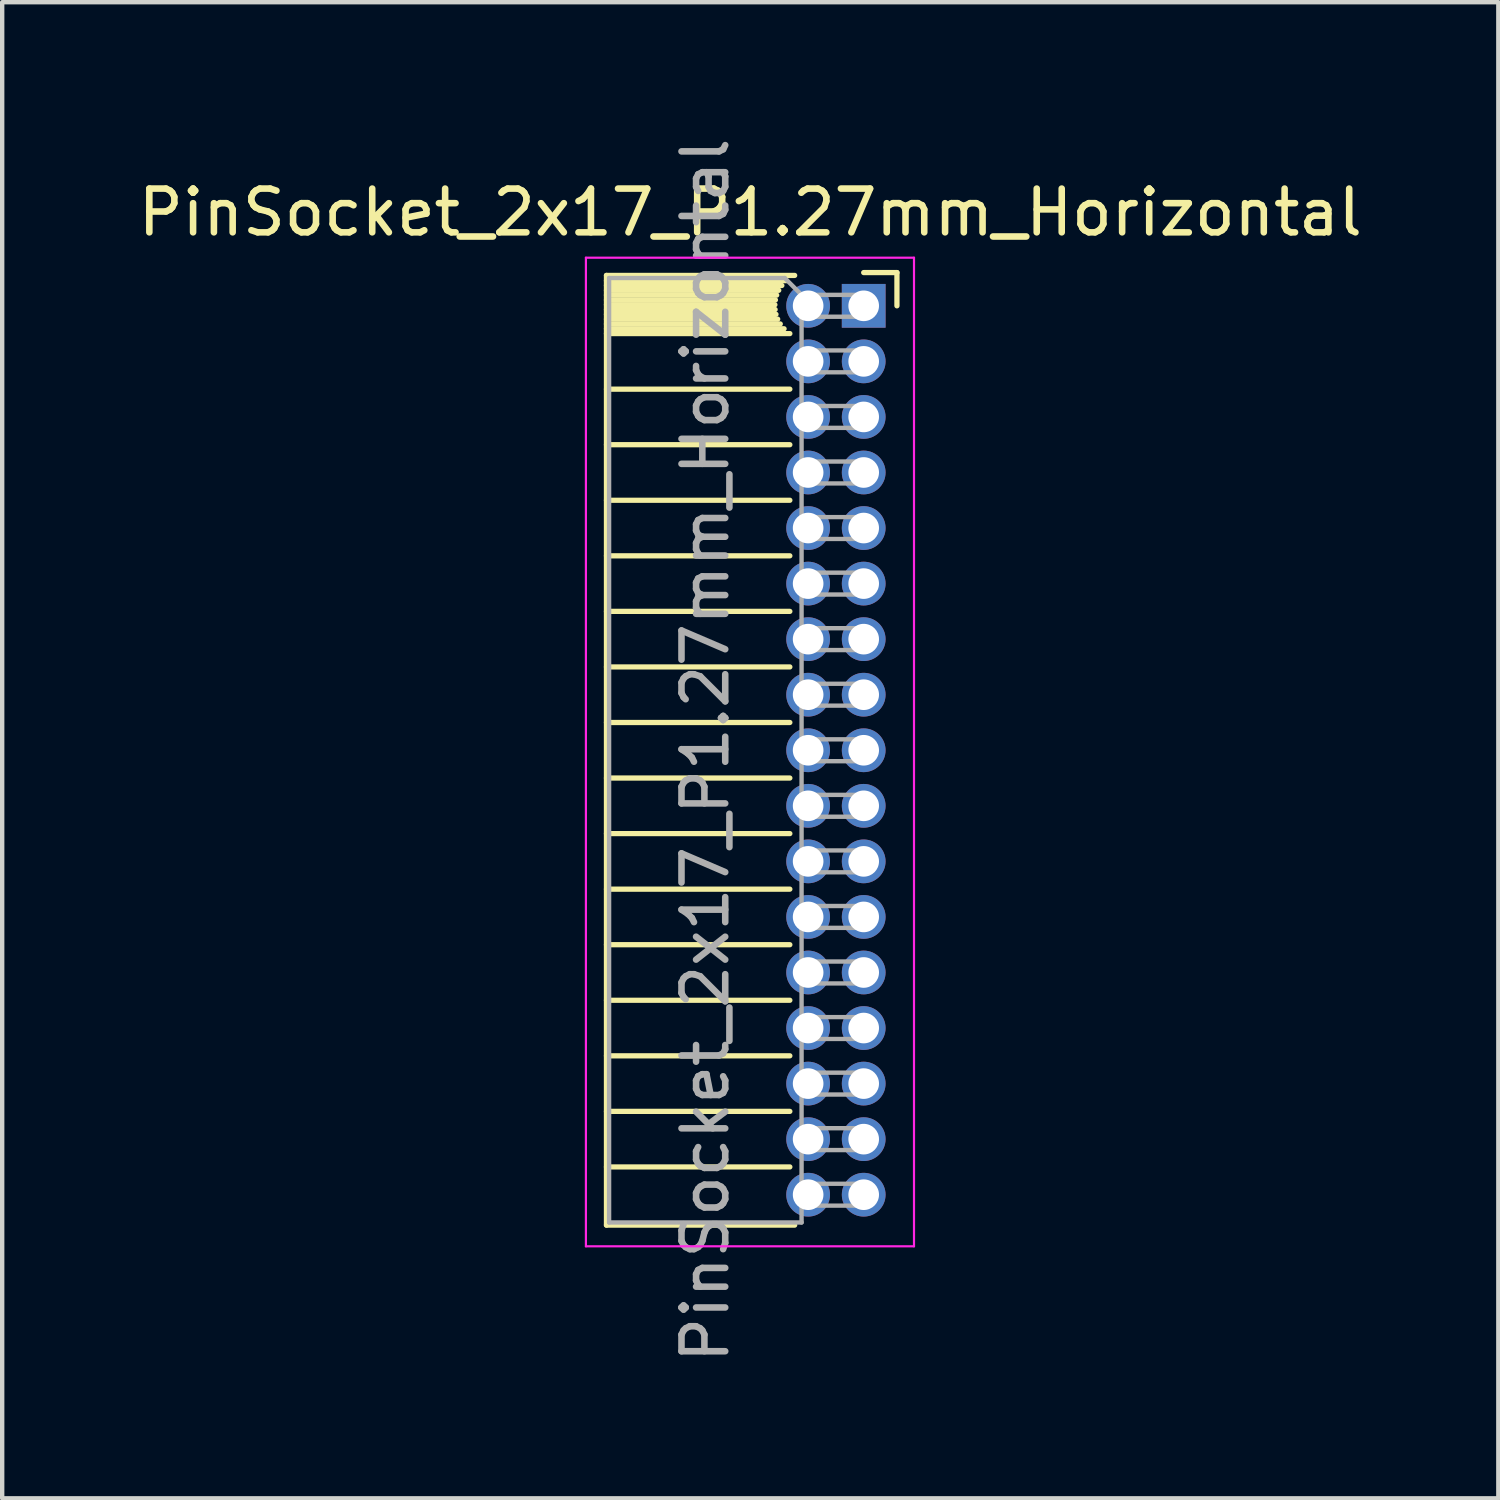
<source format=kicad_pcb>
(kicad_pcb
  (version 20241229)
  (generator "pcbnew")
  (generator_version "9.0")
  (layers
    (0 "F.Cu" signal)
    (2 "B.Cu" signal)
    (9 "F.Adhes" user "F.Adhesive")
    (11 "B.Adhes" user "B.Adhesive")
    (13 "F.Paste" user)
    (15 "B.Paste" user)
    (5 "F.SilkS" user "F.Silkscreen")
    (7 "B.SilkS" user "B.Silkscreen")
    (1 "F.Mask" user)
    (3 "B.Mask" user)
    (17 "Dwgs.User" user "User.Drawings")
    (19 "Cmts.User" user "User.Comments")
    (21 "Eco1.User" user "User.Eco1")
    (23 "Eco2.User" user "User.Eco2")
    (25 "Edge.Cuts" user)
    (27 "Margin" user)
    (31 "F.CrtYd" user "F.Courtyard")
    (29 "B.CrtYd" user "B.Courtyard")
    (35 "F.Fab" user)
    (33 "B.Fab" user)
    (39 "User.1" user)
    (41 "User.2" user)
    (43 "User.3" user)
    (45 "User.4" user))
  (footprint "PinSocket_2x17_P1.27mm_Horizontal"
    (layer "F.Cu")
    (at 16.694 3.941)
    (property "Reference" "PinSocket_2x17_P1.27mm_Horizontal" (at -2.592 -2.135 0) (layer "F.SilkS") (effects (font (size 1 1) (thickness 0.15))))
    (attr through_hole)
    (fp_line (start -5.88 -0.695) (end -5.88 21.015) (stroke (width 0.12) (type solid)) (layer "F.SilkS"))
    (fp_line (start -5.88 -0.695) (end -1.578 -0.695) (stroke (width 0.12) (type solid)) (layer "F.SilkS"))
    (fp_line (start -5.88 -0.575) (end -1.767 -0.575) (stroke (width 0.12) (type solid)) (layer "F.SilkS"))
    (fp_line (start -5.88 -0.465) (end -1.871 -0.465) (stroke (width 0.12) (type solid)) (layer "F.SilkS"))
    (fp_line (start -5.88 -0.355) (end -1.942 -0.355) (stroke (width 0.12) (type solid)) (layer "F.SilkS"))
    (fp_line (start -5.88 -0.245) (end -1.989 -0.245) (stroke (width 0.12) (type solid)) (layer "F.SilkS"))
    (fp_line (start -5.88 -0.135) (end -2.018 -0.135) (stroke (width 0.12) (type solid)) (layer "F.SilkS"))
    (fp_line (start -5.88 -0.025) (end -2.03 -0.025) (stroke (width 0.12) (type solid)) (layer "F.SilkS"))
    (fp_line (start -5.88 0.085) (end -2.025 0.085) (stroke (width 0.12) (type solid)) (layer "F.SilkS"))
    (fp_line (start -5.88 0.195) (end -2.005 0.195) (stroke (width 0.12) (type solid)) (layer "F.SilkS"))
    (fp_line (start -5.88 0.305) (end -1.966 0.305) (stroke (width 0.12) (type solid)) (layer "F.SilkS"))
    (fp_line (start -5.88 0.415) (end -1.907 0.415) (stroke (width 0.12) (type solid)) (layer "F.SilkS"))
    (fp_line (start -5.88 0.525) (end -1.82 0.525) (stroke (width 0.12) (type solid)) (layer "F.SilkS"))
    (fp_line (start -5.88 0.635) (end -1.688 0.635) (stroke (width 0.12) (type solid)) (layer "F.SilkS"))
    (fp_line (start -5.88 1.905) (end -1.688 1.905) (stroke (width 0.12) (type solid)) (layer "F.SilkS"))
    (fp_line (start -5.88 3.175) (end -1.688 3.175) (stroke (width 0.12) (type solid)) (layer "F.SilkS"))
    (fp_line (start -5.88 4.445) (end -1.688 4.445) (stroke (width 0.12) (type solid)) (layer "F.SilkS"))
    (fp_line (start -5.88 5.715) (end -1.688 5.715) (stroke (width 0.12) (type solid)) (layer "F.SilkS"))
    (fp_line (start -5.88 6.985) (end -1.688 6.985) (stroke (width 0.12) (type solid)) (layer "F.SilkS"))
    (fp_line (start -5.88 8.255) (end -1.688 8.255) (stroke (width 0.12) (type solid)) (layer "F.SilkS"))
    (fp_line (start -5.88 9.525) (end -1.688 9.525) (stroke (width 0.12) (type solid)) (layer "F.SilkS"))
    (fp_line (start -5.88 10.795) (end -1.688 10.795) (stroke (width 0.12) (type solid)) (layer "F.SilkS"))
    (fp_line (start -5.88 12.065) (end -1.688 12.065) (stroke (width 0.12) (type solid)) (layer "F.SilkS"))
    (fp_line (start -5.88 13.335) (end -1.688 13.335) (stroke (width 0.12) (type solid)) (layer "F.SilkS"))
    (fp_line (start -5.88 14.605) (end -1.688 14.605) (stroke (width 0.12) (type solid)) (layer "F.SilkS"))
    (fp_line (start -5.88 15.875) (end -1.688 15.875) (stroke (width 0.12) (type solid)) (layer "F.SilkS"))
    (fp_line (start -5.88 17.145) (end -1.688 17.145) (stroke (width 0.12) (type solid)) (layer "F.SilkS"))
    (fp_line (start -5.88 18.415) (end -1.688 18.415) (stroke (width 0.12) (type solid)) (layer "F.SilkS"))
    (fp_line (start -5.88 19.685) (end -1.688 19.685) (stroke (width 0.12) (type solid)) (layer "F.SilkS"))
    (fp_line (start -5.88 21.015) (end -1.578 21.015) (stroke (width 0.12) (type solid)) (layer "F.SilkS"))
    (fp_line (start 0 -0.76) (end 0.76 -0.76) (stroke (width 0.12) (type solid)) (layer "F.SilkS"))
    (fp_line (start 0.76 -0.76) (end 0.76 0) (stroke (width 0.12) (type solid)) (layer "F.SilkS"))
    (fp_line (start -6.35 -1.1) (end -6.35 21.5) (stroke (width 0.05) (type solid)) (layer "F.CrtYd"))
    (fp_line (start -6.35 21.5) (end 1.15 21.5) (stroke (width 0.05) (type solid)) (layer "F.CrtYd"))
    (fp_line (start 1.15 -1.1) (end -6.35 -1.1) (stroke (width 0.05) (type solid)) (layer "F.CrtYd"))
    (fp_line (start 1.15 21.5) (end 1.15 -1.1) (stroke (width 0.05) (type solid)) (layer "F.CrtYd"))
    (fp_line (start -5.82 -0.635) (end -1.805 -0.635) (stroke (width 0.1) (type solid)) (layer "F.Fab"))
    (fp_line (start -5.82 20.955) (end -5.82 -0.635) (stroke (width 0.1) (type solid)) (layer "F.Fab"))
    (fp_line (start -1.805 -0.635) (end -1.42 -0.25) (stroke (width 0.1) (type solid)) (layer "F.Fab"))
    (fp_line (start -1.42 -0.25) (end -1.42 20.955) (stroke (width 0.1) (type solid)) (layer "F.Fab"))
    (fp_line (start -1.42 0.25) (end 0 0.25) (stroke (width 0.1) (type solid)) (layer "F.Fab"))
    (fp_line (start -1.42 1.52) (end 0 1.52) (stroke (width 0.1) (type solid)) (layer "F.Fab"))
    (fp_line (start -1.42 2.79) (end 0 2.79) (stroke (width 0.1) (type solid)) (layer "F.Fab"))
    (fp_line (start -1.42 4.06) (end 0 4.06) (stroke (width 0.1) (type solid)) (layer "F.Fab"))
    (fp_line (start -1.42 5.33) (end 0 5.33) (stroke (width 0.1) (type solid)) (layer "F.Fab"))
    (fp_line (start -1.42 6.6) (end 0 6.6) (stroke (width 0.1) (type solid)) (layer "F.Fab"))
    (fp_line (start -1.42 7.87) (end 0 7.87) (stroke (width 0.1) (type solid)) (layer "F.Fab"))
    (fp_line (start -1.42 9.14) (end 0 9.14) (stroke (width 0.1) (type solid)) (layer "F.Fab"))
    (fp_line (start -1.42 10.41) (end 0 10.41) (stroke (width 0.1) (type solid)) (layer "F.Fab"))
    (fp_line (start -1.42 11.68) (end 0 11.68) (stroke (width 0.1) (type solid)) (layer "F.Fab"))
    (fp_line (start -1.42 12.95) (end 0 12.95) (stroke (width 0.1) (type solid)) (layer "F.Fab"))
    (fp_line (start -1.42 14.22) (end 0 14.22) (stroke (width 0.1) (type solid)) (layer "F.Fab"))
    (fp_line (start -1.42 15.49) (end 0 15.49) (stroke (width 0.1) (type solid)) (layer "F.Fab"))
    (fp_line (start -1.42 16.76) (end 0 16.76) (stroke (width 0.1) (type solid)) (layer "F.Fab"))
    (fp_line (start -1.42 18.03) (end 0 18.03) (stroke (width 0.1) (type solid)) (layer "F.Fab"))
    (fp_line (start -1.42 19.3) (end 0 19.3) (stroke (width 0.1) (type solid)) (layer "F.Fab"))
    (fp_line (start -1.42 20.57) (end 0 20.57) (stroke (width 0.1) (type solid)) (layer "F.Fab"))
    (fp_line (start -1.42 20.955) (end -5.82 20.955) (stroke (width 0.1) (type solid)) (layer "F.Fab"))
    (fp_line (start 0 -0.25) (end -1.42 -0.25) (stroke (width 0.1) (type solid)) (layer "F.Fab"))
    (fp_line (start 0 0.25) (end 0 -0.25) (stroke (width 0.1) (type solid)) (layer "F.Fab"))
    (fp_line (start 0 1.02) (end -1.42 1.02) (stroke (width 0.1) (type solid)) (layer "F.Fab"))
    (fp_line (start 0 1.52) (end 0 1.02) (stroke (width 0.1) (type solid)) (layer "F.Fab"))
    (fp_line (start 0 2.29) (end -1.42 2.29) (stroke (width 0.1) (type solid)) (layer "F.Fab"))
    (fp_line (start 0 2.79) (end 0 2.29) (stroke (width 0.1) (type solid)) (layer "F.Fab"))
    (fp_line (start 0 3.56) (end -1.42 3.56) (stroke (width 0.1) (type solid)) (layer "F.Fab"))
    (fp_line (start 0 4.06) (end 0 3.56) (stroke (width 0.1) (type solid)) (layer "F.Fab"))
    (fp_line (start 0 4.83) (end -1.42 4.83) (stroke (width 0.1) (type solid)) (layer "F.Fab"))
    (fp_line (start 0 5.33) (end 0 4.83) (stroke (width 0.1) (type solid)) (layer "F.Fab"))
    (fp_line (start 0 6.1) (end -1.42 6.1) (stroke (width 0.1) (type solid)) (layer "F.Fab"))
    (fp_line (start 0 6.6) (end 0 6.1) (stroke (width 0.1) (type solid)) (layer "F.Fab"))
    (fp_line (start 0 7.37) (end -1.42 7.37) (stroke (width 0.1) (type solid)) (layer "F.Fab"))
    (fp_line (start 0 7.87) (end 0 7.37) (stroke (width 0.1) (type solid)) (layer "F.Fab"))
    (fp_line (start 0 8.64) (end -1.42 8.64) (stroke (width 0.1) (type solid)) (layer "F.Fab"))
    (fp_line (start 0 9.14) (end 0 8.64) (stroke (width 0.1) (type solid)) (layer "F.Fab"))
    (fp_line (start 0 9.91) (end -1.42 9.91) (stroke (width 0.1) (type solid)) (layer "F.Fab"))
    (fp_line (start 0 10.41) (end 0 9.91) (stroke (width 0.1) (type solid)) (layer "F.Fab"))
    (fp_line (start 0 11.18) (end -1.42 11.18) (stroke (width 0.1) (type solid)) (layer "F.Fab"))
    (fp_line (start 0 11.68) (end 0 11.18) (stroke (width 0.1) (type solid)) (layer "F.Fab"))
    (fp_line (start 0 12.45) (end -1.42 12.45) (stroke (width 0.1) (type solid)) (layer "F.Fab"))
    (fp_line (start 0 12.95) (end 0 12.45) (stroke (width 0.1) (type solid)) (layer "F.Fab"))
    (fp_line (start 0 13.72) (end -1.42 13.72) (stroke (width 0.1) (type solid)) (layer "F.Fab"))
    (fp_line (start 0 14.22) (end 0 13.72) (stroke (width 0.1) (type solid)) (layer "F.Fab"))
    (fp_line (start 0 14.99) (end -1.42 14.99) (stroke (width 0.1) (type solid)) (layer "F.Fab"))
    (fp_line (start 0 15.49) (end 0 14.99) (stroke (width 0.1) (type solid)) (layer "F.Fab"))
    (fp_line (start 0 16.26) (end -1.42 16.26) (stroke (width 0.1) (type solid)) (layer "F.Fab"))
    (fp_line (start 0 16.76) (end 0 16.26) (stroke (width 0.1) (type solid)) (layer "F.Fab"))
    (fp_line (start 0 17.53) (end -1.42 17.53) (stroke (width 0.1) (type solid)) (layer "F.Fab"))
    (fp_line (start 0 18.03) (end 0 17.53) (stroke (width 0.1) (type solid)) (layer "F.Fab"))
    (fp_line (start 0 18.8) (end -1.42 18.8) (stroke (width 0.1) (type solid)) (layer "F.Fab"))
    (fp_line (start 0 19.3) (end 0 18.8) (stroke (width 0.1) (type solid)) (layer "F.Fab"))
    (fp_line (start 0 20.07) (end -1.42 20.07) (stroke (width 0.1) (type solid)) (layer "F.Fab"))
    (fp_line (start 0 20.57) (end 0 20.07) (stroke (width 0.1) (type solid)) (layer "F.Fab"))
    (fp_text user "${REFERENCE}" (at -3.62 10.16 90) (layer "F.Fab") (effects (font (size 1 1) (thickness 0.15))))
    (pad "1" thru_hole rect (at 0 0) (size 1 1) (drill 0.7) (layers "*.Cu" "*.Mask"))
    (pad "2" thru_hole oval (at -1.27 0) (size 1 1) (drill 0.7) (layers "*.Cu" "*.Mask"))
    (pad "3" thru_hole oval (at 0 1.27) (size 1 1) (drill 0.7) (layers "*.Cu" "*.Mask"))
    (pad "4" thru_hole oval (at -1.27 1.27) (size 1 1) (drill 0.7) (layers "*.Cu" "*.Mask"))
    (pad "5" thru_hole oval (at 0 2.54) (size 1 1) (drill 0.7) (layers "*.Cu" "*.Mask"))
    (pad "6" thru_hole oval (at -1.27 2.54) (size 1 1) (drill 0.7) (layers "*.Cu" "*.Mask"))
    (pad "7" thru_hole oval (at 0 3.81) (size 1 1) (drill 0.7) (layers "*.Cu" "*.Mask"))
    (pad "8" thru_hole oval (at -1.27 3.81) (size 1 1) (drill 0.7) (layers "*.Cu" "*.Mask"))
    (pad "9" thru_hole oval (at 0 5.08) (size 1 1) (drill 0.7) (layers "*.Cu" "*.Mask"))
    (pad "10" thru_hole oval (at -1.27 5.08) (size 1 1) (drill 0.7) (layers "*.Cu" "*.Mask"))
    (pad "11" thru_hole oval (at 0 6.35) (size 1 1) (drill 0.7) (layers "*.Cu" "*.Mask"))
    (pad "12" thru_hole oval (at -1.27 6.35) (size 1 1) (drill 0.7) (layers "*.Cu" "*.Mask"))
    (pad "13" thru_hole oval (at 0 7.62) (size 1 1) (drill 0.7) (layers "*.Cu" "*.Mask"))
    (pad "14" thru_hole oval (at -1.27 7.62) (size 1 1) (drill 0.7) (layers "*.Cu" "*.Mask"))
    (pad "15" thru_hole oval (at 0 8.89) (size 1 1) (drill 0.7) (layers "*.Cu" "*.Mask"))
    (pad "16" thru_hole oval (at -1.27 8.89) (size 1 1) (drill 0.7) (layers "*.Cu" "*.Mask"))
    (pad "17" thru_hole oval (at 0 10.16) (size 1 1) (drill 0.7) (layers "*.Cu" "*.Mask"))
    (pad "18" thru_hole oval (at -1.27 10.16) (size 1 1) (drill 0.7) (layers "*.Cu" "*.Mask"))
    (pad "19" thru_hole oval (at 0 11.43) (size 1 1) (drill 0.7) (layers "*.Cu" "*.Mask"))
    (pad "20" thru_hole oval (at -1.27 11.43) (size 1 1) (drill 0.7) (layers "*.Cu" "*.Mask"))
    (pad "21" thru_hole oval (at 0 12.7) (size 1 1) (drill 0.7) (layers "*.Cu" "*.Mask"))
    (pad "22" thru_hole oval (at -1.27 12.7) (size 1 1) (drill 0.7) (layers "*.Cu" "*.Mask"))
    (pad "23" thru_hole oval (at 0 13.97) (size 1 1) (drill 0.7) (layers "*.Cu" "*.Mask"))
    (pad "24" thru_hole oval (at -1.27 13.97) (size 1 1) (drill 0.7) (layers "*.Cu" "*.Mask"))
    (pad "25" thru_hole oval (at 0 15.24) (size 1 1) (drill 0.7) (layers "*.Cu" "*.Mask"))
    (pad "26" thru_hole oval (at -1.27 15.24) (size 1 1) (drill 0.7) (layers "*.Cu" "*.Mask"))
    (pad "27" thru_hole oval (at 0 16.51) (size 1 1) (drill 0.7) (layers "*.Cu" "*.Mask"))
    (pad "28" thru_hole oval (at -1.27 16.51) (size 1 1) (drill 0.7) (layers "*.Cu" "*.Mask"))
    (pad "29" thru_hole oval (at 0 17.78) (size 1 1) (drill 0.7) (layers "*.Cu" "*.Mask"))
    (pad "30" thru_hole oval (at -1.27 17.78) (size 1 1) (drill 0.7) (layers "*.Cu" "*.Mask"))
    (pad "31" thru_hole oval (at 0 19.05) (size 1 1) (drill 0.7) (layers "*.Cu" "*.Mask"))
    (pad "32" thru_hole oval (at -1.27 19.05) (size 1 1) (drill 0.7) (layers "*.Cu" "*.Mask"))
    (pad "33" thru_hole oval (at 0 20.32) (size 1 1) (drill 0.7) (layers "*.Cu" "*.Mask"))
    (pad "34" thru_hole oval (at -1.27 20.32) (size 1 1) (drill 0.7) (layers "*.Cu" "*.Mask")))
  (gr_rect
    (start -3 -3)
    (end 31.202 31.202)
    (stroke (width 0.1) (type default))
    (fill no)
    (layer "Edge.Cuts")))
</source>
